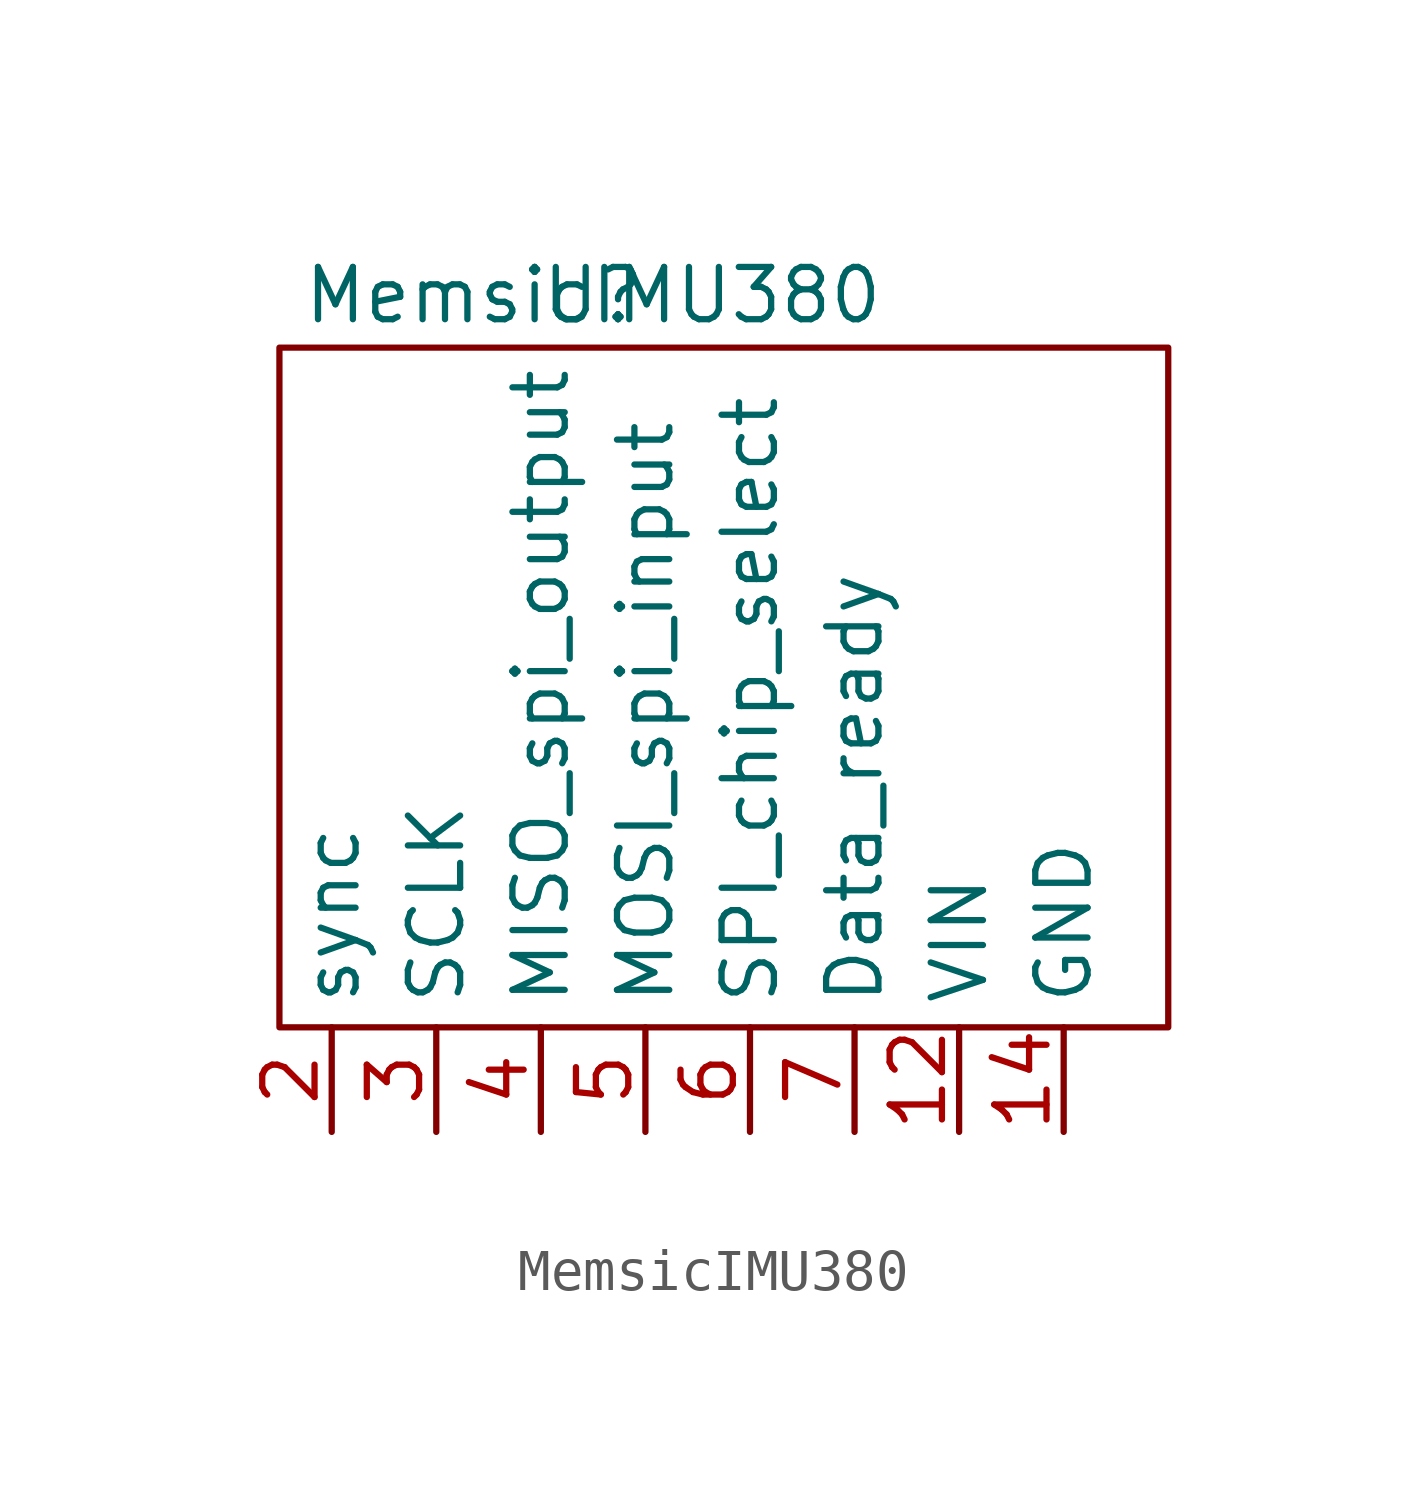
<source format=kicad_sym>
(kicad_symbol_lib
  (version 20210619)
  (generator kicad_symbol_editor)
  (symbol "teetest:MemsicIMU380"
    (property "Reference" "U"
      (at 0 1.27 0)
      (effects (font (size 1.27 1.27))))
    (property "Value" "MemsicIMU380"
      (at 0 1.27 0)
      (effects (font (size 1.27 1.27))))
    (symbol "MemsicIMU380_0_1"
      (rectangle (start -7.62 0) (end 13.97 -16.51) (stroke (width 0.152)) (fill (type none))))
    (symbol "MemsicIMU380_1_1"
      (pin input line (at 8.89 -19.05 90) (length 2.54) (name "VIN" (effects (font (size 1.27 1.27)))) (number "12" (effects (font (size 1.27 1.27)))))
      (pin input line (at 11.43 -19.05 90) (length 2.54) (name "GND" (effects (font (size 1.27 1.27)))) (number "14" (effects (font (size 1.27 1.27)))))
      (pin input line (at -6.35 -19.05 90) (length 2.54) (name "sync" (effects (font (size 1.27 1.27)))) (number "2" (effects (font (size 1.27 1.27)))))
      (pin input line (at -3.81 -19.05 90) (length 2.54) (name "SCLK" (effects (font (size 1.27 1.27)))) (number "3" (effects (font (size 1.27 1.27)))))
      (pin output line (at -1.27 -19.05 90) (length 2.54) (name "MISO_spi_output" (effects (font (size 1.27 1.27)))) (number "4" (effects (font (size 1.27 1.27)))))
      (pin input line (at 1.27 -19.05 90) (length 2.54) (name "MOSI_spi_input" (effects (font (size 1.27 1.27)))) (number "5" (effects (font (size 1.27 1.27)))))
      (pin input line (at 3.81 -19.05 90) (length 2.54) (name "SPI_chip_select" (effects (font (size 1.27 1.27)))) (number "6" (effects (font (size 1.27 1.27)))))
      (pin output line (at 6.35 -19.05 90) (length 2.54) (name "Data_ready" (effects (font (size 1.27 1.27)))) (number "7" (effects (font (size 1.27 1.27))))))))
</source>
